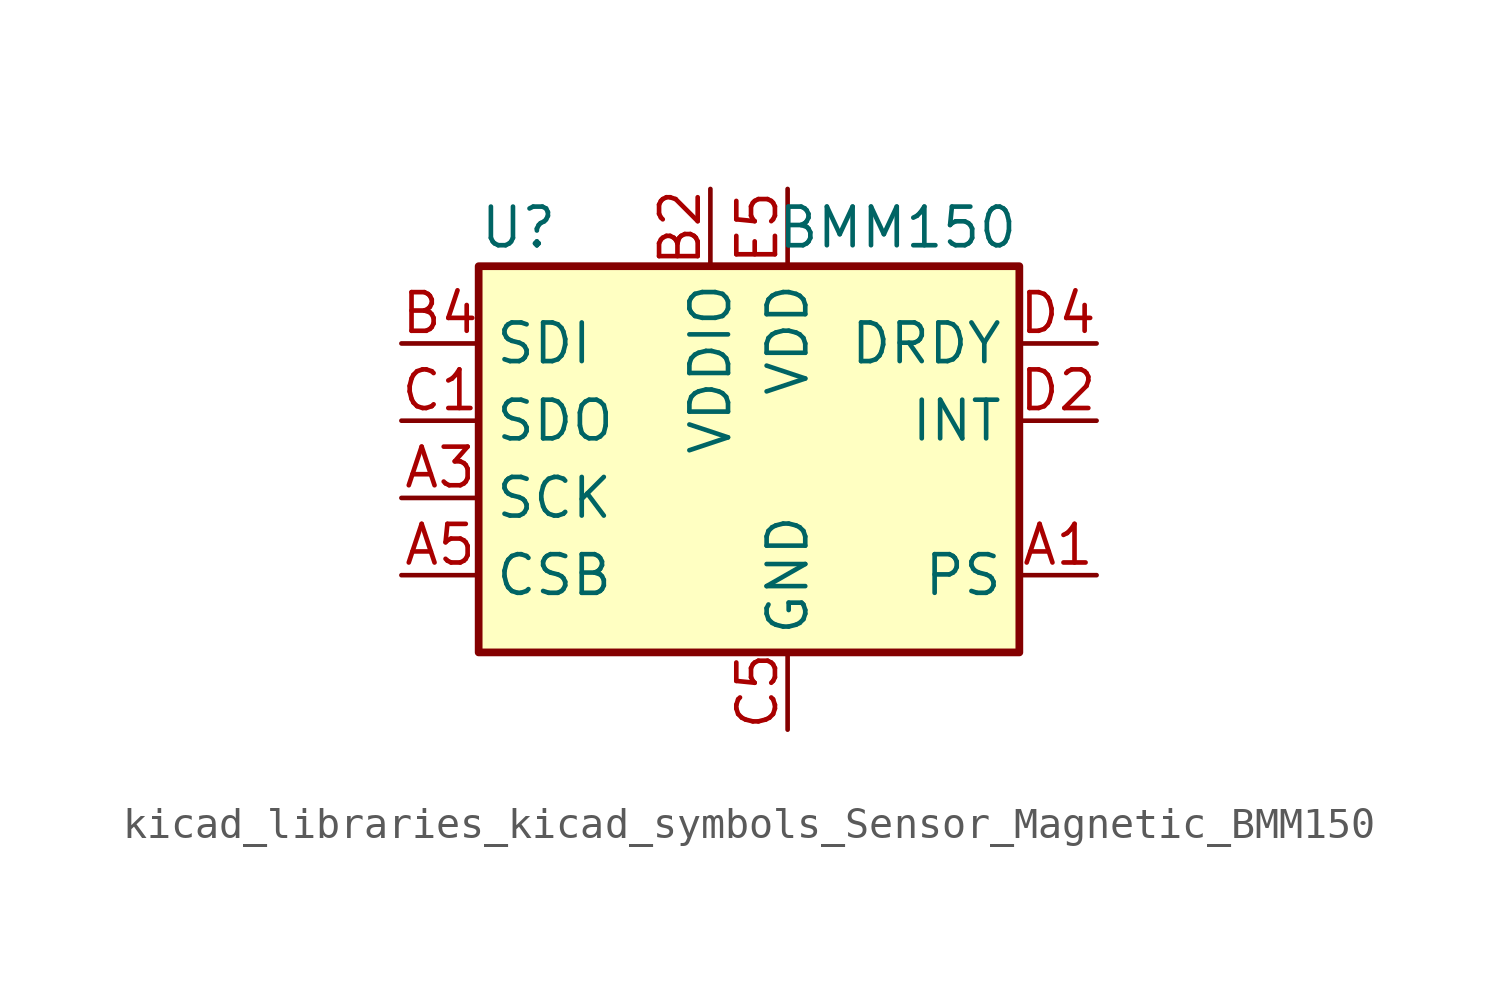
<source format=kicad_sym>
(kicad_symbol_lib
  (version 20220914)
  (generator kicad_symbol_editor)
  (symbol "kicad_libraries_kicad_symbols_Sensor_Magnetic_BMM150"
    (property "Reference" "U"
      (at -10.16 6.35 0)
      (effects (font (size 1.27 1.27)) (justify left)))
    (property "Value" "BMM150"
      (at 7.62 6.35 0)
      (effects (font (size 1.27 1.27)) (justify right)))
    (symbol "kicad_libraries_kicad_symbols_Sensor_Magnetic_BMM150_0_1"
      (rectangle (start -10.16 5.08) (end 7.62 -7.62) (stroke (width 0.254) (type default)) (fill (type background))))
    (symbol "kicad_libraries_kicad_symbols_Sensor_Magnetic_BMM150_1_1"
      (pin input line (at 10.16 -5.08 180) (length 2.54) (name "PS" (effects (font (size 1.27 1.27)))) (number "A1" (effects (font (size 1.27 1.27)))))
      (pin bidirectional line (at -12.7 -2.54 0) (length 2.54) (name "SCK" (effects (font (size 1.27 1.27)))) (number "A3" (effects (font (size 1.27 1.27)))))
      (pin input line (at -12.7 -5.08 0) (length 2.54) (name "CSB" (effects (font (size 1.27 1.27)))) (number "A5" (effects (font (size 1.27 1.27)))))
      (pin power_in line (at -2.54 7.62 270) (length 2.54) (name "VDDIO" (effects (font (size 1.27 1.27)))) (number "B2" (effects (font (size 1.27 1.27)))))
      (pin bidirectional line (at -12.7 2.54 0) (length 2.54) (name "SDI" (effects (font (size 1.27 1.27)))) (number "B4" (effects (font (size 1.27 1.27)))))
      (pin bidirectional line (at -12.7 0 0) (length 2.54) (name "SDO" (effects (font (size 1.27 1.27)))) (number "C1" (effects (font (size 1.27 1.27)))))
      (pin power_in line (at 0 -10.16 90) (length 2.54) (name "GND" (effects (font (size 1.27 1.27)))) (number "C5" (effects (font (size 1.27 1.27)))))
      (pin output line (at 10.16 0 180) (length 2.54) (name "INT" (effects (font (size 1.27 1.27)))) (number "D2" (effects (font (size 1.27 1.27)))))
      (pin output line (at 10.16 2.54 180) (length 2.54) (name "DRDY" (effects (font (size 1.27 1.27)))) (number "D4" (effects (font (size 1.27 1.27)))))
      (pin passive line (at 0 -10.16 90) (length 2.54) hide (name "GND" (effects (font (size 1.27 1.27)))) (number "E1" (effects (font (size 1.27 1.27)))))
      (pin passive line (at 0 -10.16 90) (length 2.54) hide (name "GND" (effects (font (size 1.27 1.27)))) (number "E3" (effects (font (size 1.27 1.27)))))
      (pin power_in line (at 0 7.62 270) (length 2.54) (name "VDD" (effects (font (size 1.27 1.27)))) (number "E5" (effects (font (size 1.27 1.27))))))))
</source>
